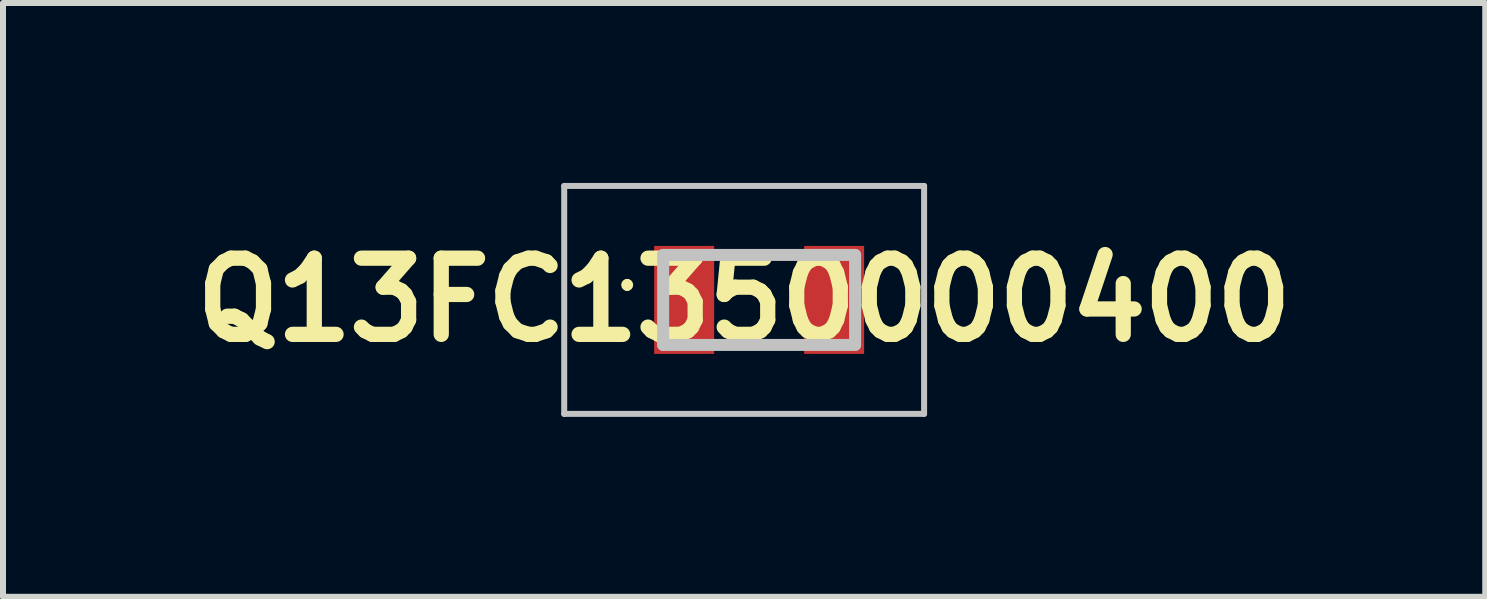
<source format=kicad_pcb>
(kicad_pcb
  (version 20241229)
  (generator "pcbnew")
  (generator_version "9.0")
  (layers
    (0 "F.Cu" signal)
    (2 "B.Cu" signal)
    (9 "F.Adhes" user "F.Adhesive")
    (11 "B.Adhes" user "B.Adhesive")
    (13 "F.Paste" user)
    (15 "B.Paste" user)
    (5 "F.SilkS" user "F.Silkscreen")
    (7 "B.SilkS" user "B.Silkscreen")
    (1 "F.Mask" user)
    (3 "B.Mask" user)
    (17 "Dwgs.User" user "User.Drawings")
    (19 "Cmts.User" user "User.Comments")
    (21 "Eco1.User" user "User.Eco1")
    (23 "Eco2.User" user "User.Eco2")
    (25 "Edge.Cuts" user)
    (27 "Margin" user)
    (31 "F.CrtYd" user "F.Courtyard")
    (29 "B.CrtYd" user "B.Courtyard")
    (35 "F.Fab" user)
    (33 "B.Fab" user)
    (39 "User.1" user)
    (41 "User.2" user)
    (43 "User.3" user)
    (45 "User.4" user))
  (footprint "Q13FC1350000400"
    (layer "F.Cu")
    (at 9.606 1.95)
    (property "Reference" "Q13FC1350000400" (at -0.25 0 0) (layer "F.SilkS") (effects (font (size 1.27 1.27) (thickness 0.254))))
    (attr smd)
    (fp_line (start -2.2 -0.3) (end -2.2 -0.3) (stroke (width 0.1) (type solid)) (layer "F.SilkS"))
    (fp_line (start -2.2 -0.2) (end -2.2 -0.2) (stroke (width 0.1) (type solid)) (layer "F.SilkS"))
    (fp_line (start -0.4 -0.75) (end 0.4 -0.75) (stroke (width 0.1) (type solid)) (layer "F.SilkS"))
    (fp_line (start -0.4 0.75) (end 0.4 0.75) (stroke (width 0.1) (type solid)) (layer "F.SilkS"))
    (fp_arc (start -2.2 -0.3) (mid -2.15 -0.25) (end -2.2 -0.2) (stroke (width 0.1) (type solid)) (layer "F.SilkS"))
    (fp_arc (start -2.2 -0.2) (mid -2.25 -0.25) (end -2.2 -0.3) (stroke (width 0.1) (type solid)) (layer "F.SilkS"))
    (fp_line (start -3.25 -1.9) (end 2.75 -1.9) (stroke (width 0.1) (type solid)) (layer "Dwgs.User"))
    (fp_line (start -3.25 1.9) (end -3.25 -1.9) (stroke (width 0.1) (type solid)) (layer "Dwgs.User"))
    (fp_line (start -1.6 -0.75) (end 1.6 -0.75) (stroke (width 0.2) (type solid)) (layer "Dwgs.User"))
    (fp_line (start -1.6 0.75) (end -1.6 -0.75) (stroke (width 0.2) (type solid)) (layer "Dwgs.User"))
    (fp_line (start 1.6 -0.75) (end 1.6 0.75) (stroke (width 0.2) (type solid)) (layer "Dwgs.User"))
    (fp_line (start 1.6 0.75) (end -1.6 0.75) (stroke (width 0.2) (type solid)) (layer "Dwgs.User"))
    (fp_line (start 2.75 -1.9) (end 2.75 1.9) (stroke (width 0.1) (type solid)) (layer "Dwgs.User"))
    (fp_line (start 2.75 1.9) (end -3.25 1.9) (stroke (width 0.1) (type solid)) (layer "Dwgs.User"))
    (pad "1" smd rect (at -1.25 0) (size 1 1.8) (layers "F.Cu" "F.Mask" "F.Paste"))
    (pad "2" smd rect (at 1.25 0) (size 1 1.8) (layers "F.Cu" "F.Mask" "F.Paste")))
  (gr_rect
    (start -3 -3)
    (end 21.711 6.9)
    (stroke (width 0.1) (type default))
    (fill no)
    (layer "Edge.Cuts")))
</source>
